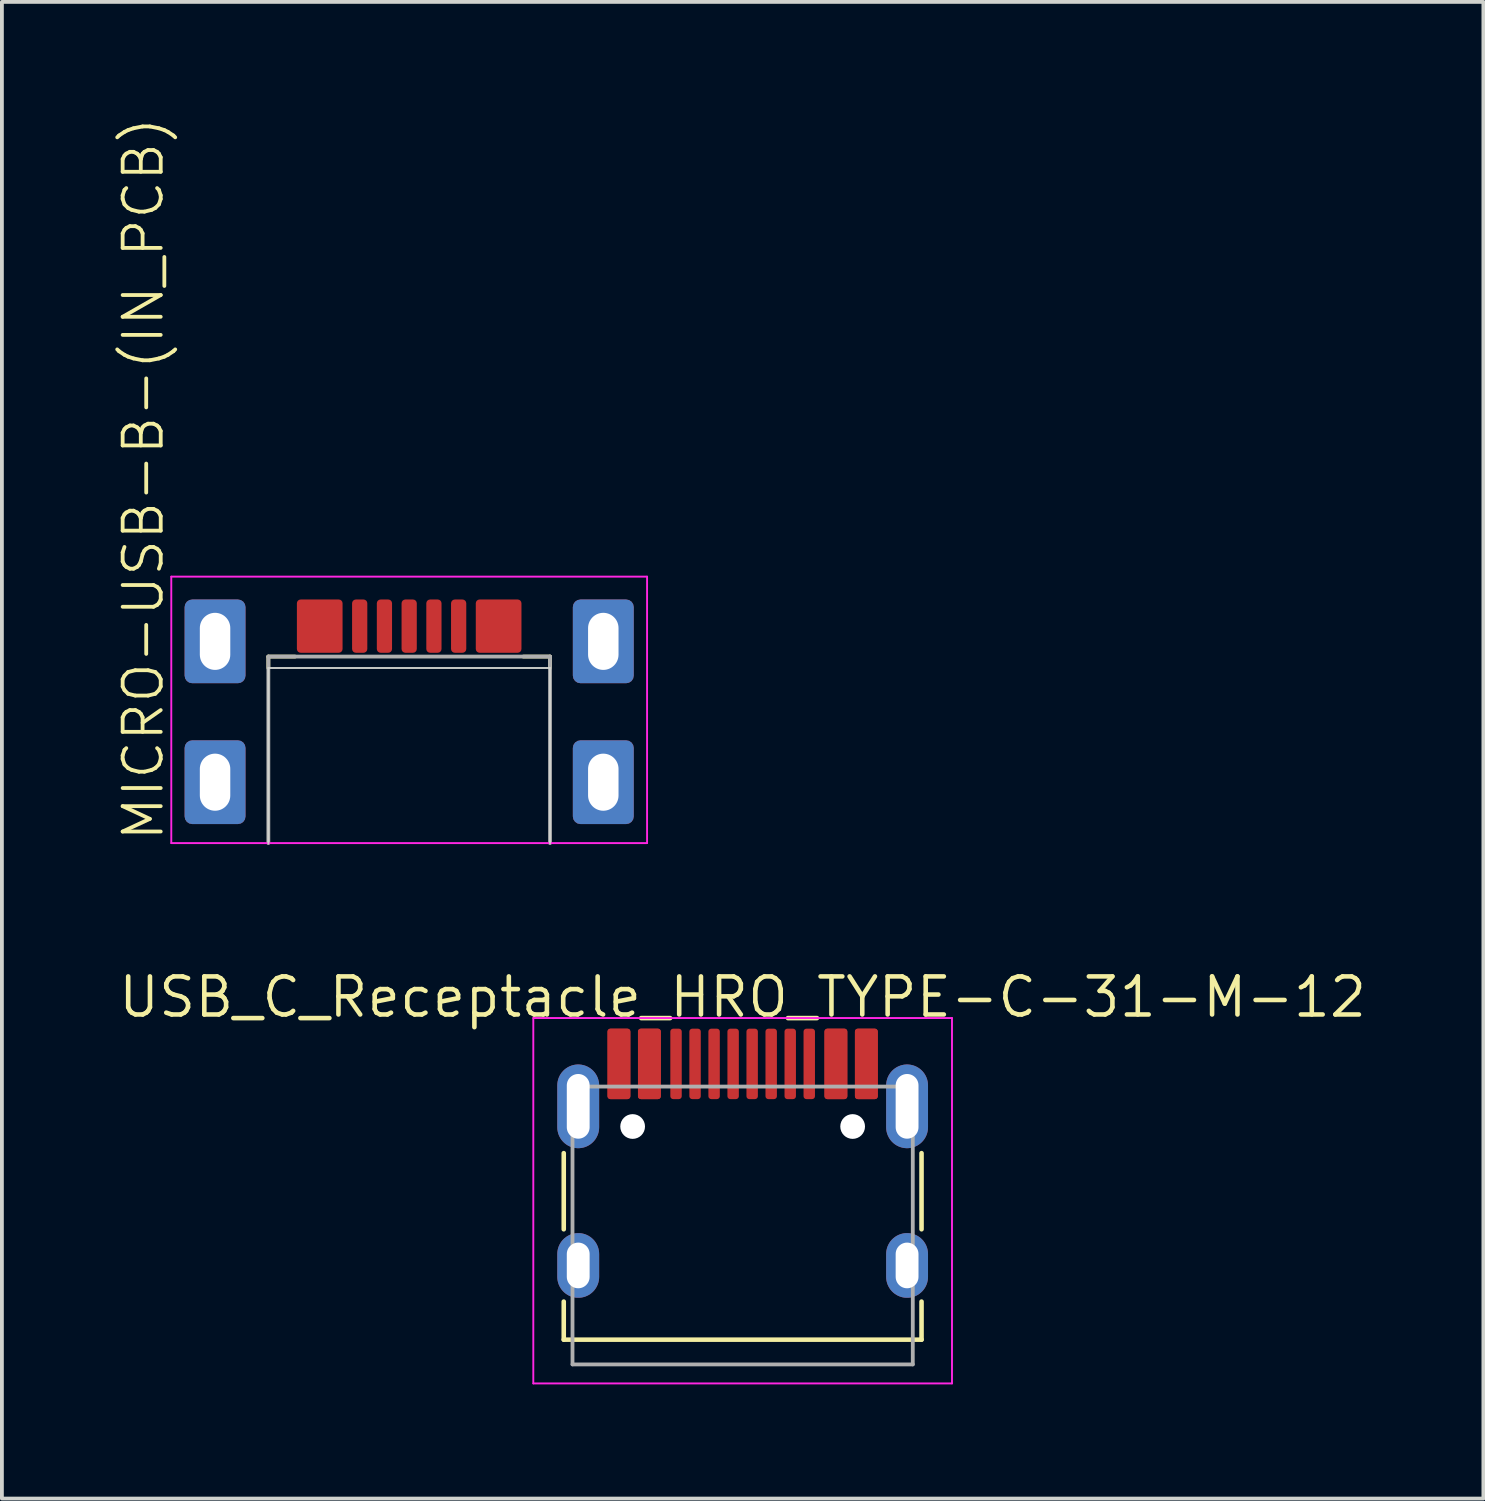
<source format=kicad_pcb>
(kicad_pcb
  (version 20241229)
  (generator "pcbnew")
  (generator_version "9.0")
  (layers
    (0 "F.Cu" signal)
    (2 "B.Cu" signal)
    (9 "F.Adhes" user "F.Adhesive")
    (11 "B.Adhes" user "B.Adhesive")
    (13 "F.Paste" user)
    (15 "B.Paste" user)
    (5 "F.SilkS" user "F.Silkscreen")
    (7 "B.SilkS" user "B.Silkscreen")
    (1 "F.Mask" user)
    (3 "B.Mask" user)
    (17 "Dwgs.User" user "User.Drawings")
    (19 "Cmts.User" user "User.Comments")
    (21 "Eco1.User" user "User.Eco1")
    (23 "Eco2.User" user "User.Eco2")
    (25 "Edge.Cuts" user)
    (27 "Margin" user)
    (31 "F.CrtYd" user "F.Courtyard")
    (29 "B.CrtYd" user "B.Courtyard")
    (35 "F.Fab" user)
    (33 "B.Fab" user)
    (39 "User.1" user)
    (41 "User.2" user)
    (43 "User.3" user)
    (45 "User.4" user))
  (footprint "MICRO-USB-B-(IN_PCB)"
    (layer "F.Cu")
    (at 7.7 19.1)
    (property "Reference" "MICRO-USB-B-(IN_PCB)" (at -6.4 0 90) (layer "F.SilkS") (effects (font (size 1 1) (thickness 0.1)) (justify left bottom)))
    (attr through_hole)
    (fp_line (start -3.7 -4.9) (end -3.7 -4.6) (stroke (width 0.1) (type solid)) (layer "F.SilkS"))
    (fp_line (start -3 -4.9) (end -3.7 -4.9) (stroke (width 0.1) (type solid)) (layer "F.SilkS"))
    (fp_line (start 3 -4.9) (end 3.7 -4.9) (stroke (width 0.1) (type solid)) (layer "F.SilkS"))
    (fp_line (start 3.7 -4.9) (end 3.7 -4.6) (stroke (width 0.1) (type solid)) (layer "F.SilkS"))
    (fp_line (start -3.7 -4.6) (end 3.7 -4.6) (stroke (width 0.05) (type solid)) (layer "Edge.Cuts"))
    (fp_line (start -3.7 0) (end -3.7 -4.6) (stroke (width 0.05) (type solid)) (layer "Edge.Cuts"))
    (fp_line (start 3.7 -4.6) (end 3.7 0) (stroke (width 0.05) (type solid)) (layer "Edge.Cuts"))
    (fp_line (start -6.25 -7) (end -6.25 0) (stroke (width 0.05) (type solid)) (layer "F.CrtYd"))
    (fp_line (start -6.25 0) (end 6.25 0) (stroke (width 0.05) (type solid)) (layer "F.CrtYd"))
    (fp_line (start 6.25 -7) (end -6.25 -7) (stroke (width 0.05) (type solid)) (layer "F.CrtYd"))
    (fp_line (start 6.25 0) (end 6.25 -7) (stroke (width 0.05) (type solid)) (layer "F.CrtYd"))
    (fp_line (start -3.7 -4.9) (end 3.7 -4.9) (stroke (width 0.1) (type solid)) (layer "F.Fab"))
    (fp_line (start -3.7 0) (end -3.7 -4.9) (stroke (width 0.1) (type solid)) (layer "F.Fab"))
    (fp_line (start 3.7 -4.9) (end 3.7 0) (stroke (width 0.1) (type solid)) (layer "F.Fab"))
    (pad "D+" smd roundrect (at 0 -5.7 90) (size 1.4 0.4) (layers "F.Cu" "F.Mask" "F.Paste") (roundrect_rratio 0.25))
    (pad "D-" smd roundrect (at -0.65 -5.7 90) (size 1.4 0.4) (layers "F.Cu" "F.Mask" "F.Paste") (roundrect_rratio 0.25))
    (pad "GND1" smd roundrect (at 1.3 -5.7 90) (size 1.4 0.4) (layers "F.Cu" "F.Mask" "F.Paste") (roundrect_rratio 0.25))
    (pad "ID" smd roundrect (at 0.65 -5.7 90) (size 1.4 0.4) (layers "F.Cu" "F.Mask" "F.Paste") (roundrect_rratio 0.25))
    (pad "SHIELD" thru_hole roundrect (at -5.1 -5.3) (size 1.6 2.2) (drill oval 0.8 1.5) (layers "*.Cu" "*.Paste" "*.Mask") (roundrect_rratio 0.125))
    (pad "SHIELD" thru_hole roundrect (at -5.1 -1.6) (size 1.6 2.2) (drill oval 0.8 1.5) (layers "*.Cu" "*.Paste" "*.Mask") (roundrect_rratio 0.125))
    (pad "SHIELD" smd roundrect (at -2.35 -5.7 90) (size 1.4 1.2) (layers "F.Cu" "F.Mask" "F.Paste") (roundrect_rratio 0.083))
    (pad "SHIELD" smd roundrect (at 2.35 -5.7 90) (size 1.4 1.2) (layers "F.Cu" "F.Mask" "F.Paste") (roundrect_rratio 0.083))
    (pad "SHIELD" thru_hole roundrect (at 5.1 -5.3) (size 1.6 2.2) (drill oval 0.8 1.5) (layers "*.Cu" "*.Paste" "*.Mask") (roundrect_rratio 0.125))
    (pad "SHIELD" thru_hole roundrect (at 5.1 -1.6) (size 1.6 2.2) (drill oval 0.8 1.5) (layers "*.Cu" "*.Paste" "*.Mask") (roundrect_rratio 0.125))
    (pad "VCC" smd roundrect (at -1.3 -5.7 90) (size 1.4 0.4) (layers "F.Cu" "F.Mask" "F.Paste") (roundrect_rratio 0.25)))
  (footprint "USB_C_Receptacle_HRO_TYPE-C-31-M-12"
    (layer "F.Cu")
    (at 16.461 29.146)
    (property "Reference" "USB_C_Receptacle_HRO_TYPE-C-31-M-12" (at 0 -6 0) (layer "F.SilkS") (effects (font (size 1 1) (thickness 0.12))))
    (attr smd)
    (fp_line (start -4.7 -1.9) (end -4.7 0.1) (stroke (width 0.12) (type solid)) (layer "F.SilkS"))
    (fp_line (start -4.7 2) (end -4.7 3) (stroke (width 0.12) (type solid)) (layer "F.SilkS"))
    (fp_line (start -4.7 3) (end 4.7 3) (stroke (width 0.12) (type solid)) (layer "F.SilkS"))
    (fp_line (start 4.7 -1.9) (end 4.7 0.1) (stroke (width 0.12) (type solid)) (layer "F.SilkS"))
    (fp_line (start 4.7 2) (end 4.7 3) (stroke (width 0.12) (type solid)) (layer "F.SilkS"))
    (fp_poly (pts (xy -4.32 -2.03) (xy -5.32 -2.03) (xy -5.32 -4.23) (xy -4.32 -4.23)) (stroke (width 0) (type solid)) (fill yes) (layer "F.Paste"))
    (fp_poly (pts (xy -4.32 1.9) (xy -5.32 1.9) (xy -5.32 0.2) (xy -4.32 0.2)) (stroke (width 0) (type solid)) (fill yes) (layer "F.Paste"))
    (fp_poly (pts (xy 5.32 -2.03) (xy 4.32 -2.03) (xy 4.32 -4.23) (xy 5.32 -4.23)) (stroke (width 0) (type solid)) (fill yes) (layer "F.Paste"))
    (fp_poly (pts (xy 5.32 1.9) (xy 4.32 1.9) (xy 4.32 0.2) (xy 5.32 0.2)) (stroke (width 0) (type solid)) (fill yes) (layer "F.Paste"))
    (fp_line (start -5.5 -5.45) (end -5.5 4.15) (stroke (width 0.05) (type solid)) (layer "F.CrtYd"))
    (fp_line (start -5.5 -5.45) (end 5.5 -5.45) (stroke (width 0.05) (type solid)) (layer "F.CrtYd"))
    (fp_line (start -5.5 4.15) (end 5.5 4.15) (stroke (width 0.05) (type solid)) (layer "F.CrtYd"))
    (fp_line (start 5.5 -5.45) (end 5.5 4.15) (stroke (width 0.05) (type solid)) (layer "F.CrtYd"))
    (fp_line (start -4.47 -3.65) (end -4.47 3.65) (stroke (width 0.1) (type solid)) (layer "F.Fab"))
    (fp_line (start -4.47 -3.65) (end 4.47 -3.65) (stroke (width 0.1) (type solid)) (layer "F.Fab"))
    (fp_line (start -4.47 3.65) (end 4.47 3.65) (stroke (width 0.1) (type solid)) (layer "F.Fab"))
    (fp_line (start 4.47 -3.65) (end 4.47 3.65) (stroke (width 0.1) (type solid)) (layer "F.Fab"))
    (pad "" np_thru_hole circle (at -2.89 -2.6) (size 0.65 0.65) (drill 0.65) (layers "*.Cu" "*.Mask"))
    (pad "" np_thru_hole circle (at 2.89 -2.6) (size 0.65 0.65) (drill 0.65) (layers "*.Cu" "*.Mask"))
    (pad "A1" smd roundrect (at -3.25 -4.245) (size 0.6 1.85) (layers "F.Cu" "F.Mask" "F.Paste") (roundrect_rratio 0.125))
    (pad "A4" smd roundrect (at -2.45 -4.245) (size 0.6 1.85) (layers "F.Cu" "F.Mask" "F.Paste") (roundrect_rratio 0.125))
    (pad "A5" smd roundrect (at -1.25 -4.245) (size 0.3 1.85) (layers "F.Cu" "F.Mask" "F.Paste") (roundrect_rratio 0.25))
    (pad "A6" smd roundrect (at -0.25 -4.245) (size 0.3 1.85) (layers "F.Cu" "F.Mask" "F.Paste") (roundrect_rratio 0.25))
    (pad "A7" smd roundrect (at 0.25 -4.245) (size 0.3 1.85) (layers "F.Cu" "F.Mask" "F.Paste") (roundrect_rratio 0.25))
    (pad "A8" smd roundrect (at 1.25 -4.245) (size 0.3 1.85) (layers "F.Cu" "F.Mask" "F.Paste") (roundrect_rratio 0.25))
    (pad "A9" smd roundrect (at 2.45 -4.245) (size 0.6 1.85) (layers "F.Cu" "F.Mask" "F.Paste") (roundrect_rratio 0.125))
    (pad "A12" smd roundrect (at 3.25 -4.245) (size 0.6 1.85) (layers "F.Cu" "F.Mask" "F.Paste") (roundrect_rratio 0.125))
    (pad "B1" smd roundrect (at 3.25 -4.245) (size 0.6 1.85) (layers "F.Cu" "F.Mask" "F.Paste") (roundrect_rratio 0.125))
    (pad "B4" smd roundrect (at 2.45 -4.245) (size 0.6 1.85) (layers "F.Cu" "F.Mask" "F.Paste") (roundrect_rratio 0.125))
    (pad "B5" smd roundrect (at 1.75 -4.245) (size 0.3 1.85) (layers "F.Cu" "F.Mask" "F.Paste") (roundrect_rratio 0.25))
    (pad "B6" smd roundrect (at 0.75 -4.245) (size 0.3 1.85) (layers "F.Cu" "F.Mask" "F.Paste") (roundrect_rratio 0.25))
    (pad "B7" smd roundrect (at -0.75 -4.245) (size 0.3 1.85) (layers "F.Cu" "F.Mask" "F.Paste") (roundrect_rratio 0.25))
    (pad "B8" smd roundrect (at -1.75 -4.245) (size 0.3 1.85) (layers "F.Cu" "F.Mask" "F.Paste") (roundrect_rratio 0.25))
    (pad "B9" smd roundrect (at -2.45 -4.245) (size 0.6 1.85) (layers "F.Cu" "F.Mask" "F.Paste") (roundrect_rratio 0.125))
    (pad "B12" smd roundrect (at -3.25 -4.245) (size 0.6 1.85) (layers "F.Cu" "F.Mask" "F.Paste") (roundrect_rratio 0.125))
    (pad "S1" thru_hole oval (at -4.32 -3.13) (size 1.1 2.2) (drill oval 0.6 1.7) (layers "*.Cu" "*.Mask" "F.Paste"))
    (pad "S1" thru_hole oval (at -4.32 1.05) (size 1.1 1.7) (drill oval 0.6 1.2) (layers "*.Cu" "*.Mask" "F.Paste"))
    (pad "S1" thru_hole oval (at 4.32 -3.13) (size 1.1 2.2) (drill oval 0.6 1.7) (layers "*.Cu" "*.Mask" "F.Paste"))
    (pad "S1" thru_hole oval (at 4.32 1.05) (size 1.1 1.7) (drill oval 0.6 1.2) (layers "*.Cu" "*.Mask" "F.Paste")))
  (gr_rect
    (start -3 -3)
    (end 35.922 36.321)
    (stroke (width 0.1) (type default))
    (fill no)
    (layer "Edge.Cuts")))
</source>
